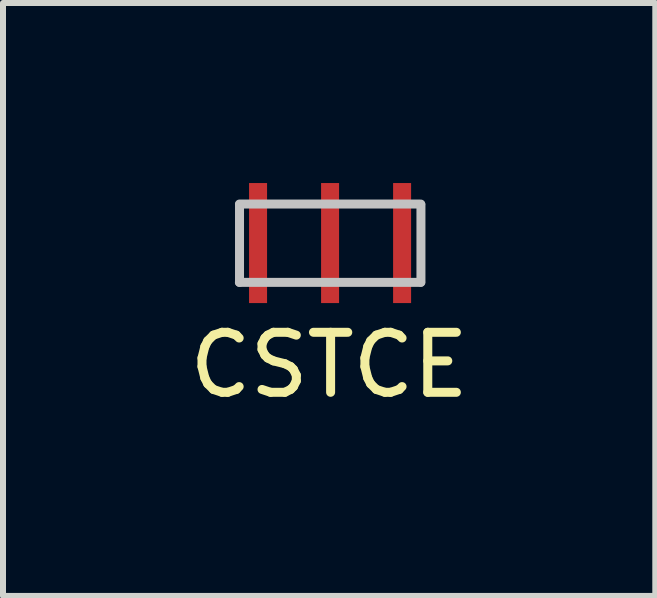
<source format=kicad_pcb>
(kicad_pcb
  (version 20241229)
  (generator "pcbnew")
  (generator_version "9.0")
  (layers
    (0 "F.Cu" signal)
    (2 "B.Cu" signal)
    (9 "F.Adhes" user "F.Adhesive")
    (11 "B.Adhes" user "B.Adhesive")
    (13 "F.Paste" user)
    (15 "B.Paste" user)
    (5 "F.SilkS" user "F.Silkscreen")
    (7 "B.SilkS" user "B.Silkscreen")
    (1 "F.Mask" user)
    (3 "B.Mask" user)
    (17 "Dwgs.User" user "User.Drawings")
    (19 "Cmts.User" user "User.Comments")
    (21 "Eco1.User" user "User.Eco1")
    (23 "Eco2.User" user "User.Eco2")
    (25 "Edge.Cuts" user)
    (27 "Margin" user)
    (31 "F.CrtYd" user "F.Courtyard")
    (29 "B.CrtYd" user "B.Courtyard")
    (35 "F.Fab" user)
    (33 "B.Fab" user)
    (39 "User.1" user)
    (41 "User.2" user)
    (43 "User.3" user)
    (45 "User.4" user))
  (footprint "CSTCE"
    (layer "F.Cu")
    (at 2.45 1)
    (property "Reference" "CSTCE" (at -0.015 2.032 0) (layer "F.SilkS") (effects (font (size 1 1) (thickness 0.15))))
    (attr through_hole)
    (fp_line (start -1.511 0.655) (end 1.509 0.655) (stroke (width 0.15) (type solid)) (layer "Dwgs.User"))
    (fp_line (start -1.51 -0.65) (end 1.51 -0.65) (stroke (width 0.15) (type solid)) (layer "Dwgs.User"))
    (fp_line (start -1.509 0.655) (end -1.509 -0.638) (stroke (width 0.15) (type solid)) (layer "Dwgs.User"))
    (fp_line (start 1.514 0.653) (end 1.514 -0.64) (stroke (width 0.15) (type solid)) (layer "Dwgs.User"))
    (pad "1" smd rect (at -1.2 0) (size 0.3 2) (layers "F.Cu" "F.Mask" "F.Paste"))
    (pad "2" smd rect (at 0 0) (size 0.3 2) (layers "F.Cu" "F.Mask" "F.Paste"))
    (pad "3" smd rect (at 1.2 0) (size 0.3 2) (layers "F.Cu" "F.Mask" "F.Paste")))
  (gr_rect
    (start -3 -3)
    (end 7.869 6.88)
    (stroke (width 0.1) (type default))
    (fill no)
    (layer "Edge.Cuts")))
</source>
